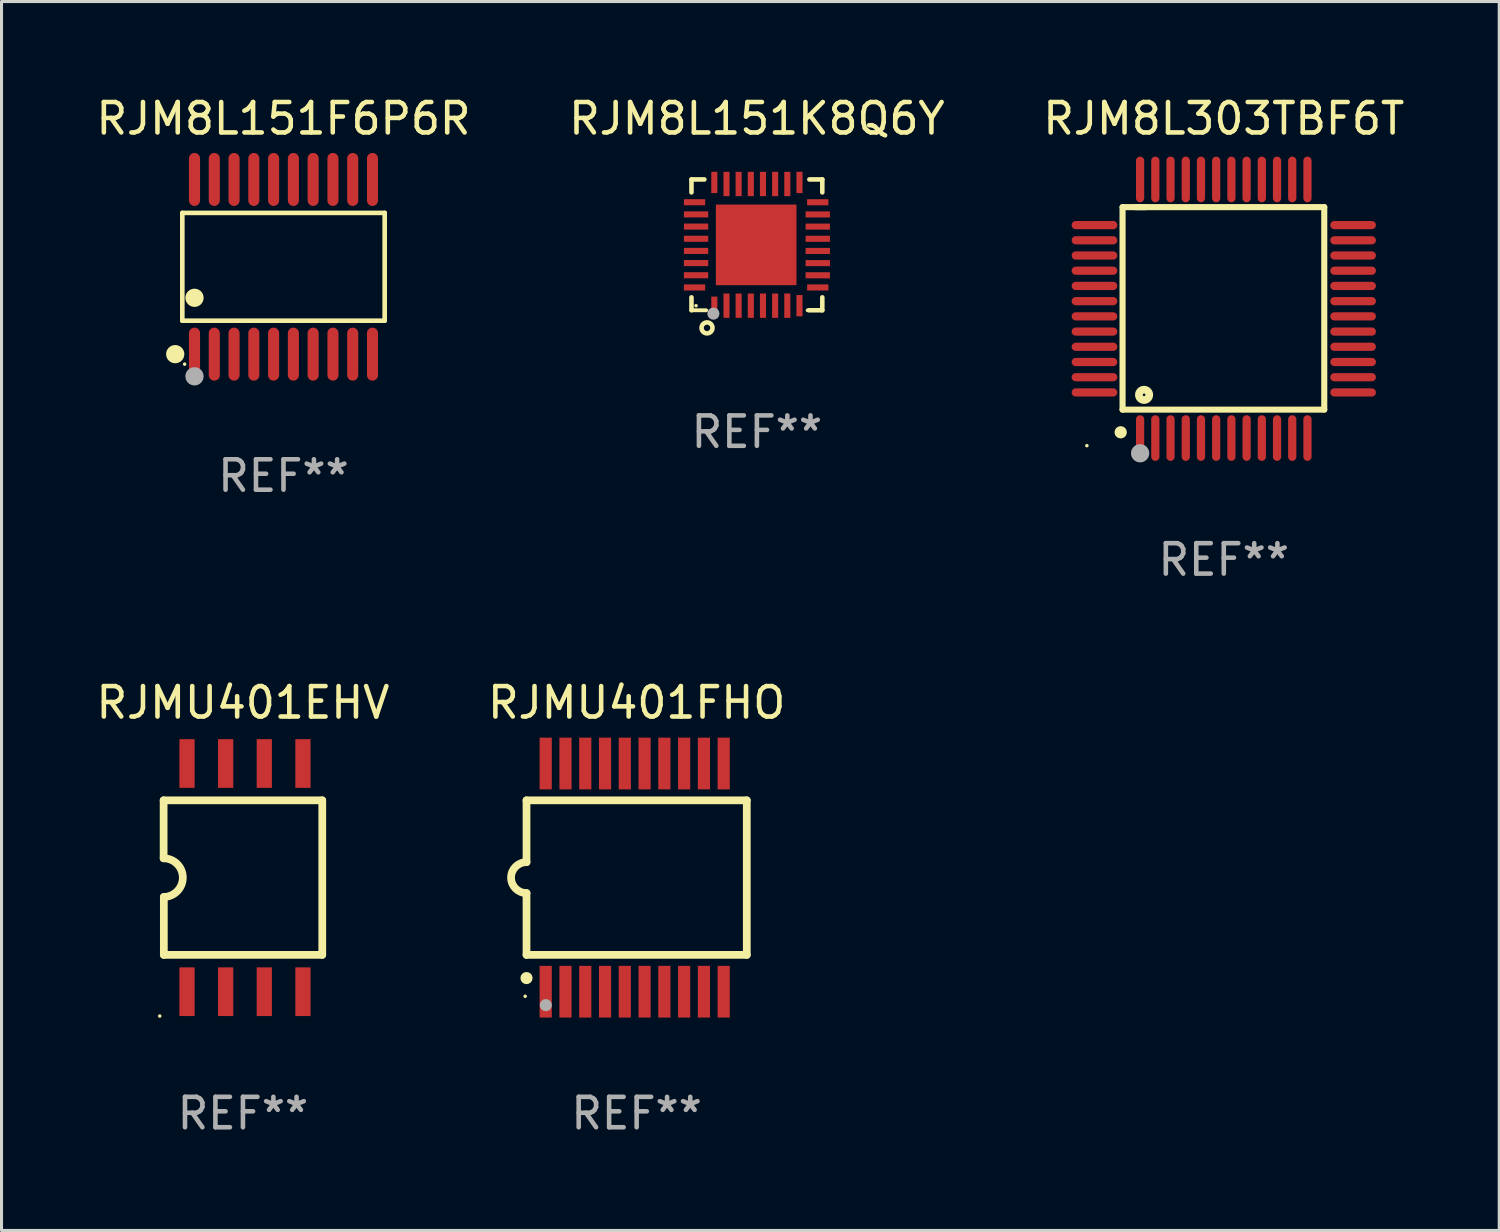
<source format=kicad_pcb>
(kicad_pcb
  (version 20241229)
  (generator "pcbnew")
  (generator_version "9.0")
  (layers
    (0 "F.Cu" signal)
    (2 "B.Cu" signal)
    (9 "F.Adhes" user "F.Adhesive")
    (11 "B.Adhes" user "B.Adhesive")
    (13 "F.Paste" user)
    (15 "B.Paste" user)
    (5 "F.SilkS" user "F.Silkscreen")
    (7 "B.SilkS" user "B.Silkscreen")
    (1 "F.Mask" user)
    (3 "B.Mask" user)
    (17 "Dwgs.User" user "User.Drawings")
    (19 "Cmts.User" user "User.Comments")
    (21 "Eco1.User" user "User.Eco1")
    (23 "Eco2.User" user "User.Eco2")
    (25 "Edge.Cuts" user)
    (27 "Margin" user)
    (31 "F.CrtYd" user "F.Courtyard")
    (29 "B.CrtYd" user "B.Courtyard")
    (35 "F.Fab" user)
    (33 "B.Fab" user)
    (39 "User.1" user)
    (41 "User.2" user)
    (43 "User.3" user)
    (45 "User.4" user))
  (footprint "RJM8L151F6P6R"
    (layer "F.Cu")
    (at 6.268 5.719)
    (property "Reference" "RJM8L151F6P6R" (at 0 -4.871 0) (layer "F.SilkS") (effects (font (size 1 1) (thickness 0.15))))
    (attr through_hole)
    (fp_line (start -3.326 -1.771) (end 3.326 -1.771) (stroke (width 0.152) (type solid)) (layer "F.SilkS"))
    (fp_line (start -3.326 1.771) (end -3.326 -1.771) (stroke (width 0.152) (type solid)) (layer "F.SilkS"))
    (fp_line (start 3.326 -1.771) (end 3.326 1.771) (stroke (width 0.152) (type solid)) (layer "F.SilkS"))
    (fp_line (start 3.326 1.771) (end -3.326 1.771) (stroke (width 0.152) (type solid)) (layer "F.SilkS"))
    (fp_circle (center -3.559 2.871) (end -3.409 2.871) (stroke (width 0.3) (type solid)) (fill no) (layer "F.SilkS"))
    (fp_circle (center -3.25 3.2) (end -3.22 3.2) (stroke (width 0.06) (type solid)) (fill no) (layer "F.SilkS"))
    (fp_circle (center -2.925 1.019) (end -2.775 1.019) (stroke (width 0.3) (type solid)) (fill no) (layer "F.SilkS"))
    (fp_circle (center -2.925 3.6) (end -2.775 3.6) (stroke (width 0.3) (type solid)) (fill no) (layer "F.Fab"))
    (fp_text user "REF**" (at 0 6.871 0) (layer "F.Fab") (effects (font (size 1 1) (thickness 0.15))))
    (pad "1" smd oval (at -2.925 2.871) (size 0.364 1.742) (layers "F.Cu" "F.Mask" "F.Paste"))
    (pad "2" smd oval (at -2.275 2.871) (size 0.364 1.742) (layers "F.Cu" "F.Mask" "F.Paste"))
    (pad "3" smd oval (at -1.625 2.871) (size 0.364 1.742) (layers "F.Cu" "F.Mask" "F.Paste"))
    (pad "4" smd oval (at -0.975 2.871) (size 0.364 1.742) (layers "F.Cu" "F.Mask" "F.Paste"))
    (pad "5" smd oval (at -0.325 2.871) (size 0.364 1.742) (layers "F.Cu" "F.Mask" "F.Paste"))
    (pad "6" smd oval (at 0.325 2.871) (size 0.364 1.742) (layers "F.Cu" "F.Mask" "F.Paste"))
    (pad "7" smd oval (at 0.975 2.871) (size 0.364 1.742) (layers "F.Cu" "F.Mask" "F.Paste"))
    (pad "8" smd oval (at 1.625 2.871) (size 0.364 1.742) (layers "F.Cu" "F.Mask" "F.Paste"))
    (pad "9" smd oval (at 2.275 2.871) (size 0.364 1.742) (layers "F.Cu" "F.Mask" "F.Paste"))
    (pad "10" smd oval (at 2.925 2.871) (size 0.364 1.742) (layers "F.Cu" "F.Mask" "F.Paste"))
    (pad "11" smd oval (at 2.925 -2.871) (size 0.364 1.742) (layers "F.Cu" "F.Mask" "F.Paste"))
    (pad "12" smd oval (at 2.275 -2.871) (size 0.364 1.742) (layers "F.Cu" "F.Mask" "F.Paste"))
    (pad "13" smd oval (at 1.625 -2.871) (size 0.364 1.742) (layers "F.Cu" "F.Mask" "F.Paste"))
    (pad "14" smd oval (at 0.975 -2.871) (size 0.364 1.742) (layers "F.Cu" "F.Mask" "F.Paste"))
    (pad "15" smd oval (at 0.325 -2.871) (size 0.364 1.742) (layers "F.Cu" "F.Mask" "F.Paste"))
    (pad "16" smd oval (at -0.325 -2.871) (size 0.364 1.742) (layers "F.Cu" "F.Mask" "F.Paste"))
    (pad "17" smd oval (at -0.975 -2.871) (size 0.364 1.742) (layers "F.Cu" "F.Mask" "F.Paste"))
    (pad "18" smd oval (at -1.625 -2.871) (size 0.364 1.742) (layers "F.Cu" "F.Mask" "F.Paste"))
    (pad "19" smd oval (at -2.275 -2.871) (size 0.364 1.742) (layers "F.Cu" "F.Mask" "F.Paste"))
    (pad "20" smd oval (at -2.925 -2.871) (size 0.364 1.742) (layers "F.Cu" "F.Mask" "F.Paste")))
  (footprint "RJMU401EHV"
    (layer "F.Cu")
    (at 4.935 25.795)
    (property "Reference" "RJMU401EHV" (at 0 -5.75 0) (layer "F.SilkS") (effects (font (size 1 1) (thickness 0.15))))
    (attr through_hole)
    (fp_line (start -2.607 -2.54) (end 2.607 -2.54) (stroke (width 0.254) (type solid)) (layer "F.SilkS"))
    (fp_line (start -2.607 -0.635) (end -2.607 -2.54) (stroke (width 0.254) (type solid)) (layer "F.SilkS"))
    (fp_line (start -2.6 2.54) (end -2.6 0.635) (stroke (width 0.254) (type solid)) (layer "F.SilkS"))
    (fp_line (start 2.607 -2.54) (end 2.607 2.54) (stroke (width 0.254) (type solid)) (layer "F.SilkS"))
    (fp_line (start 2.607 2.54) (end -2.6 2.54) (stroke (width 0.254) (type solid)) (layer "F.SilkS"))
    (fp_arc (start -2.60687 -0.63462) (mid -1.971293 -0.003135) (end -2.60014 0.635052) (stroke (width 0.254001) (type solid)) (layer "F.SilkS"))
    (fp_circle (center -2.734 4.55) (end -2.704 4.55) (stroke (width 0.06) (type solid)) (fill no) (layer "F.SilkS"))
    (fp_text user "REF**" (at 0 7.75 0) (layer "F.Fab") (effects (font (size 1 1) (thickness 0.15))))
    (pad "1" smd rect (at -1.838 3.75) (size 0.5 1.6) (layers "F.Cu" "F.Mask" "F.Paste"))
    (pad "2" smd rect (at -0.568 3.75) (size 0.5 1.6) (layers "F.Cu" "F.Mask" "F.Paste"))
    (pad "3" smd rect (at 0.702 3.75) (size 0.5 1.6) (layers "F.Cu" "F.Mask" "F.Paste"))
    (pad "4" smd rect (at 1.972 3.75) (size 0.5 1.6) (layers "F.Cu" "F.Mask" "F.Paste"))
    (pad "5" smd rect (at 1.972 -3.75) (size 0.5 1.6) (layers "F.Cu" "F.Mask" "F.Paste"))
    (pad "6" smd rect (at 0.702 -3.75) (size 0.5 1.6) (layers "F.Cu" "F.Mask" "F.Paste"))
    (pad "7" smd rect (at -0.568 -3.75) (size 0.5 1.6) (layers "F.Cu" "F.Mask" "F.Paste"))
    (pad "8" smd rect (at -1.838 -3.75) (size 0.5 1.6) (layers "F.Cu" "F.Mask" "F.Paste")))
  (footprint "RJMU401FHO"
    (layer "F.Cu")
    (at 17.875 25.795)
    (property "Reference" "RJMU401FHO" (at 0 -5.75 0) (layer "F.SilkS") (effects (font (size 1 1) (thickness 0.15))))
    (attr through_hole)
    (fp_line (start -3.62 -2.54) (end 3.62 -2.54) (stroke (width 0.254) (type solid)) (layer "F.SilkS"))
    (fp_line (start -3.62 -0.508) (end -3.62 -2.54) (stroke (width 0.254) (type solid)) (layer "F.SilkS"))
    (fp_line (start -3.62 2.54) (end -3.62 0.508) (stroke (width 0.254) (type solid)) (layer "F.SilkS"))
    (fp_line (start 3.62 -2.54) (end 3.62 2.54) (stroke (width 0.254) (type solid)) (layer "F.SilkS"))
    (fp_line (start 3.62 2.54) (end -3.62 2.54) (stroke (width 0.254) (type solid)) (layer "F.SilkS"))
    (fp_arc (start -3.619507 0.508052) (mid -4.125607 0.000051) (end -3.619507 -0.50795) (stroke (width 0.254001) (type solid)) (layer "F.SilkS"))
    (fp_circle (center -3.664 3.9) (end -3.634 3.9) (stroke (width 0.06) (type solid)) (fill no) (layer "F.SilkS"))
    (fp_circle (center -3.62 3.302) (end -3.52 3.302) (stroke (width 0.2) (type solid)) (fill no) (layer "F.SilkS"))
    (fp_circle (center -2.985 4.191) (end -2.885 4.191) (stroke (width 0.2) (type solid)) (fill no) (layer "F.Fab"))
    (fp_text user "REF**" (at 0 7.75 0) (layer "F.Fab") (effects (font (size 1 1) (thickness 0.15))))
    (pad "1" smd rect (at -2.989 3.75) (size 0.4 1.7) (layers "F.Cu" "F.Mask" "F.Paste"))
    (pad "2" smd rect (at -2.339 3.75) (size 0.4 1.7) (layers "F.Cu" "F.Mask" "F.Paste"))
    (pad "3" smd rect (at -1.689 3.75) (size 0.4 1.7) (layers "F.Cu" "F.Mask" "F.Paste"))
    (pad "4" smd rect (at -1.039 3.75) (size 0.4 1.7) (layers "F.Cu" "F.Mask" "F.Paste"))
    (pad "5" smd rect (at -0.389 3.75) (size 0.4 1.7) (layers "F.Cu" "F.Mask" "F.Paste"))
    (pad "6" smd rect (at 0.261 3.75) (size 0.4 1.7) (layers "F.Cu" "F.Mask" "F.Paste"))
    (pad "7" smd rect (at 0.911 3.75) (size 0.4 1.7) (layers "F.Cu" "F.Mask" "F.Paste"))
    (pad "8" smd rect (at 1.561 3.75) (size 0.4 1.7) (layers "F.Cu" "F.Mask" "F.Paste"))
    (pad "9" smd rect (at 2.211 3.75) (size 0.4 1.7) (layers "F.Cu" "F.Mask" "F.Paste"))
    (pad "10" smd rect (at 2.862 3.75) (size 0.4 1.7) (layers "F.Cu" "F.Mask" "F.Paste"))
    (pad "11" smd rect (at 2.862 -3.75) (size 0.4 1.7) (layers "F.Cu" "F.Mask" "F.Paste"))
    (pad "12" smd rect (at 2.211 -3.75) (size 0.4 1.7) (layers "F.Cu" "F.Mask" "F.Paste"))
    (pad "13" smd rect (at 1.561 -3.75) (size 0.4 1.7) (layers "F.Cu" "F.Mask" "F.Paste"))
    (pad "14" smd rect (at 0.911 -3.75) (size 0.4 1.7) (layers "F.Cu" "F.Mask" "F.Paste"))
    (pad "15" smd rect (at 0.261 -3.75) (size 0.4 1.7) (layers "F.Cu" "F.Mask" "F.Paste"))
    (pad "16" smd rect (at -0.389 -3.75) (size 0.4 1.7) (layers "F.Cu" "F.Mask" "F.Paste"))
    (pad "17" smd rect (at -1.039 -3.75) (size 0.4 1.7) (layers "F.Cu" "F.Mask" "F.Paste"))
    (pad "18" smd rect (at -1.689 -3.75) (size 0.4 1.7) (layers "F.Cu" "F.Mask" "F.Paste"))
    (pad "19" smd rect (at -2.339 -3.75) (size 0.4 1.7) (layers "F.Cu" "F.Mask" "F.Paste"))
    (pad "20" smd rect (at -2.989 -3.75) (size 0.4 1.7) (layers "F.Cu" "F.Mask" "F.Paste")))
  (footprint "RJM8L303TBF6T"
    (layer "F.Cu")
    (at 37.173 7.098)
    (property "Reference" "RJM8L303TBF6T" (at 0 -6.25 0) (layer "F.SilkS") (effects (font (size 1 1) (thickness 0.15))))
    (attr through_hole)
    (fp_line (start -3.327 -3.34) (end -2.565 -3.34) (stroke (width 0.2) (type solid)) (layer "F.SilkS"))
    (fp_line (start -3.327 3.315) (end -3.327 -3.34) (stroke (width 0.2) (type solid)) (layer "F.SilkS"))
    (fp_line (start -2.896 -3.34) (end 3.302 -3.34) (stroke (width 0.2) (type solid)) (layer "F.SilkS"))
    (fp_line (start 3.302 -3.34) (end 3.302 3.315) (stroke (width 0.2) (type solid)) (layer "F.SilkS"))
    (fp_line (start 3.302 3.315) (end -3.327 3.315) (stroke (width 0.2) (type solid)) (layer "F.SilkS"))
    (fp_arc (start -3.389992 4.059995) (mid -3.388722 4.059991) (end -3.387452 4.059995) (stroke (width 0.4) (type solid)) (layer "F.SilkS"))
    (fp_circle (center -4.5 4.5) (end -4.47 4.5) (stroke (width 0.06) (type solid)) (fill no) (layer "F.SilkS"))
    (fp_circle (center -2.62 2.83) (end -2.45 2.83) (stroke (width 0.254) (type solid)) (fill no) (layer "F.SilkS"))
    (fp_circle (center -2.75 4.75) (end -2.6 4.75) (stroke (width 0.3) (type solid)) (fill no) (layer "F.Fab"))
    (fp_text user "REF**" (at 0 8.25 0) (layer "F.Fab") (effects (font (size 1 1) (thickness 0.15))))
    (pad "1" smd oval (at -2.75 4.25) (size 0.27 1.5) (layers "F.Cu" "F.Mask" "F.Paste"))
    (pad "2" smd oval (at -2.25 4.25) (size 0.27 1.5) (layers "F.Cu" "F.Mask" "F.Paste"))
    (pad "3" smd oval (at -1.75 4.25) (size 0.27 1.5) (layers "F.Cu" "F.Mask" "F.Paste"))
    (pad "4" smd oval (at -1.25 4.25) (size 0.27 1.5) (layers "F.Cu" "F.Mask" "F.Paste"))
    (pad "5" smd oval (at -0.75 4.25) (size 0.27 1.5) (layers "F.Cu" "F.Mask" "F.Paste"))
    (pad "6" smd oval (at -0.25 4.25) (size 0.27 1.5) (layers "F.Cu" "F.Mask" "F.Paste"))
    (pad "7" smd oval (at 0.25 4.25) (size 0.27 1.5) (layers "F.Cu" "F.Mask" "F.Paste"))
    (pad "8" smd oval (at 0.75 4.25) (size 0.27 1.5) (layers "F.Cu" "F.Mask" "F.Paste"))
    (pad "9" smd oval (at 1.25 4.25) (size 0.27 1.5) (layers "F.Cu" "F.Mask" "F.Paste"))
    (pad "10" smd oval (at 1.75 4.25) (size 0.27 1.5) (layers "F.Cu" "F.Mask" "F.Paste"))
    (pad "11" smd oval (at 2.25 4.25) (size 0.27 1.5) (layers "F.Cu" "F.Mask" "F.Paste"))
    (pad "12" smd oval (at 2.75 4.25) (size 0.27 1.5) (layers "F.Cu" "F.Mask" "F.Paste"))
    (pad "13" smd oval (at 4.25 2.75) (size 1.5 0.27) (layers "F.Cu" "F.Mask" "F.Paste"))
    (pad "14" smd oval (at 4.25 2.25) (size 1.5 0.27) (layers "F.Cu" "F.Mask" "F.Paste"))
    (pad "15" smd oval (at 4.25 1.75) (size 1.5 0.27) (layers "F.Cu" "F.Mask" "F.Paste"))
    (pad "16" smd oval (at 4.25 1.25) (size 1.5 0.27) (layers "F.Cu" "F.Mask" "F.Paste"))
    (pad "17" smd oval (at 4.25 0.75) (size 1.5 0.27) (layers "F.Cu" "F.Mask" "F.Paste"))
    (pad "18" smd oval (at 4.25 0.25) (size 1.5 0.27) (layers "F.Cu" "F.Mask" "F.Paste"))
    (pad "19" smd oval (at 4.25 -0.25) (size 1.5 0.27) (layers "F.Cu" "F.Mask" "F.Paste"))
    (pad "20" smd oval (at 4.25 -0.75) (size 1.5 0.27) (layers "F.Cu" "F.Mask" "F.Paste"))
    (pad "21" smd oval (at 4.25 -1.25) (size 1.5 0.27) (layers "F.Cu" "F.Mask" "F.Paste"))
    (pad "22" smd oval (at 4.25 -1.75) (size 1.5 0.27) (layers "F.Cu" "F.Mask" "F.Paste"))
    (pad "23" smd oval (at 4.25 -2.25) (size 1.5 0.27) (layers "F.Cu" "F.Mask" "F.Paste"))
    (pad "24" smd oval (at 4.25 -2.75) (size 1.5 0.27) (layers "F.Cu" "F.Mask" "F.Paste"))
    (pad "25" smd oval (at 2.75 -4.25) (size 0.27 1.5) (layers "F.Cu" "F.Mask" "F.Paste"))
    (pad "26" smd oval (at 2.25 -4.25) (size 0.27 1.5) (layers "F.Cu" "F.Mask" "F.Paste"))
    (pad "27" smd oval (at 1.75 -4.25) (size 0.27 1.5) (layers "F.Cu" "F.Mask" "F.Paste"))
    (pad "28" smd oval (at 1.25 -4.25) (size 0.27 1.5) (layers "F.Cu" "F.Mask" "F.Paste"))
    (pad "29" smd oval (at 0.75 -4.25) (size 0.27 1.5) (layers "F.Cu" "F.Mask" "F.Paste"))
    (pad "30" smd oval (at 0.25 -4.25) (size 0.27 1.5) (layers "F.Cu" "F.Mask" "F.Paste"))
    (pad "31" smd oval (at -0.25 -4.25) (size 0.27 1.5) (layers "F.Cu" "F.Mask" "F.Paste"))
    (pad "32" smd oval (at -0.75 -4.25) (size 0.27 1.5) (layers "F.Cu" "F.Mask" "F.Paste"))
    (pad "33" smd oval (at -1.25 -4.25) (size 0.27 1.5) (layers "F.Cu" "F.Mask" "F.Paste"))
    (pad "34" smd oval (at -1.75 -4.25) (size 0.27 1.5) (layers "F.Cu" "F.Mask" "F.Paste"))
    (pad "35" smd oval (at -2.25 -4.25) (size 0.27 1.5) (layers "F.Cu" "F.Mask" "F.Paste"))
    (pad "36" smd oval (at -2.75 -4.25) (size 0.27 1.5) (layers "F.Cu" "F.Mask" "F.Paste"))
    (pad "37" smd oval (at -4.25 -2.75) (size 1.5 0.27) (layers "F.Cu" "F.Mask" "F.Paste"))
    (pad "38" smd oval (at -4.25 -2.25) (size 1.5 0.27) (layers "F.Cu" "F.Mask" "F.Paste"))
    (pad "39" smd oval (at -4.25 -1.75) (size 1.5 0.27) (layers "F.Cu" "F.Mask" "F.Paste"))
    (pad "40" smd oval (at -4.25 -1.25) (size 1.5 0.27) (layers "F.Cu" "F.Mask" "F.Paste"))
    (pad "41" smd oval (at -4.25 -0.75) (size 1.5 0.27) (layers "F.Cu" "F.Mask" "F.Paste"))
    (pad "42" smd oval (at -4.25 -0.25) (size 1.5 0.27) (layers "F.Cu" "F.Mask" "F.Paste"))
    (pad "43" smd oval (at -4.25 0.25) (size 1.5 0.27) (layers "F.Cu" "F.Mask" "F.Paste"))
    (pad "44" smd oval (at -4.25 0.75) (size 1.5 0.27) (layers "F.Cu" "F.Mask" "F.Paste"))
    (pad "45" smd oval (at -4.25 1.25) (size 1.5 0.27) (layers "F.Cu" "F.Mask" "F.Paste"))
    (pad "46" smd oval (at -4.25 1.75) (size 1.5 0.27) (layers "F.Cu" "F.Mask" "F.Paste"))
    (pad "47" smd oval (at -4.25 2.25) (size 1.5 0.27) (layers "F.Cu" "F.Mask" "F.Paste"))
    (pad "48" smd oval (at -4.25 2.75) (size 1.5 0.27) (layers "F.Cu" "F.Mask" "F.Paste")))
  (footprint "RJM8L151K8Q6Y"
    (layer "F.Cu")
    (at 21.827 4.998)
    (property "Reference" "RJM8L151K8Q6Y" (at 0 -4.15 0) (layer "F.SilkS") (effects (font (size 1 1) (thickness 0.15))))
    (attr through_hole)
    (fp_line (start -2.15 -2.15) (end -1.725 -2.15) (stroke (width 0.15) (type solid)) (layer "F.SilkS"))
    (fp_line (start -2.15 -1.725) (end -2.15 -2.15) (stroke (width 0.15) (type solid)) (layer "F.SilkS"))
    (fp_line (start -2.15 2.15) (end -2.15 1.725) (stroke (width 0.15) (type solid)) (layer "F.SilkS"))
    (fp_line (start -1.668 2.15) (end -2.15 2.15) (stroke (width 0.127) (type solid)) (layer "F.SilkS"))
    (fp_line (start 1.725 2.15) (end 1.668 2.15) (stroke (width 0.127) (type solid)) (layer "F.SilkS"))
    (fp_line (start 2.15 -2.15) (end 1.725 -2.15) (stroke (width 0.15) (type solid)) (layer "F.SilkS"))
    (fp_line (start 2.15 -1.725) (end 2.15 -2.15) (stroke (width 0.15) (type solid)) (layer "F.SilkS"))
    (fp_line (start 2.15 1.725) (end 2.15 2.15) (stroke (width 0.15) (type solid)) (layer "F.SilkS"))
    (fp_line (start 2.15 2.15) (end 1.725 2.15) (stroke (width 0.15) (type solid)) (layer "F.SilkS"))
    (fp_circle (center -2 2) (end -1.97 2) (stroke (width 0.06) (type solid)) (fill no) (layer "F.SilkS"))
    (fp_circle (center -1.639 2.729) (end -1.459 2.729) (stroke (width 0.15) (type solid)) (fill no) (layer "F.SilkS"))
    (fp_circle (center -1.429 2.26) (end -1.329 2.26) (stroke (width 0.2) (type solid)) (fill no) (layer "F.Fab"))
    (fp_text user "REF**" (at 0 6.15 0) (layer "F.Fab") (effects (font (size 1 1) (thickness 0.15))))
    (pad "1" smd rect (at -1.399 2.051) (size 0.2 0.7) (layers "F.Cu" "F.Mask" "F.Paste"))
    (pad "2" smd rect (at -0.999 1.999) (size 0.2 0.8) (layers "F.Cu" "F.Mask" "F.Paste"))
    (pad "3" smd rect (at -0.6 1.999) (size 0.2 0.8) (layers "F.Cu" "F.Mask" "F.Paste"))
    (pad "4" smd rect (at -0.2 1.999) (size 0.2 0.8) (layers "F.Cu" "F.Mask" "F.Paste"))
    (pad "5" smd rect (at 0.2 1.999) (size 0.2 0.8) (layers "F.Cu" "F.Mask" "F.Paste"))
    (pad "6" smd rect (at 0.6 1.999) (size 0.2 0.8) (layers "F.Cu" "F.Mask" "F.Paste"))
    (pad "7" smd rect (at 1 1.999) (size 0.2 0.8) (layers "F.Cu" "F.Mask" "F.Paste"))
    (pad "8" smd rect (at 1.4 1.999) (size 0.2 0.7) (layers "F.Cu" "F.Mask" "F.Paste"))
    (pad "9" smd rect (at 2.001 1.4) (size 0.7 0.2) (layers "F.Cu" "F.Mask" "F.Paste"))
    (pad "10" smd rect (at 2.001 1) (size 0.8 0.2) (layers "F.Cu" "F.Mask" "F.Paste"))
    (pad "11" smd rect (at 2.001 0.6) (size 0.8 0.2) (layers "F.Cu" "F.Mask" "F.Paste"))
    (pad "12" smd rect (at 2.001 0.2) (size 0.8 0.2) (layers "F.Cu" "F.Mask" "F.Paste"))
    (pad "13" smd rect (at 2.001 -0.2) (size 0.8 0.2) (layers "F.Cu" "F.Mask" "F.Paste"))
    (pad "14" smd rect (at 2.001 -0.6) (size 0.8 0.2) (layers "F.Cu" "F.Mask" "F.Paste"))
    (pad "15" smd rect (at 2.001 -1) (size 0.8 0.2) (layers "F.Cu" "F.Mask" "F.Paste"))
    (pad "16" smd rect (at 2.001 -1.4) (size 0.7 0.2) (layers "F.Cu" "F.Mask" "F.Paste"))
    (pad "17" smd rect (at 1.4 -2.052) (size 0.2 0.7) (layers "F.Cu" "F.Mask" "F.Paste"))
    (pad "18" smd rect (at 1 -2.001) (size 0.2 0.8) (layers "F.Cu" "F.Mask" "F.Paste"))
    (pad "19" smd rect (at 0.6 -2.001) (size 0.2 0.8) (layers "F.Cu" "F.Mask" "F.Paste"))
    (pad "20" smd rect (at 0.2 -2.001) (size 0.2 0.8) (layers "F.Cu" "F.Mask" "F.Paste"))
    (pad "21" smd rect (at -0.2 -2.001) (size 0.2 0.8) (layers "F.Cu" "F.Mask" "F.Paste"))
    (pad "22" smd rect (at -0.6 -2.001) (size 0.2 0.8) (layers "F.Cu" "F.Mask" "F.Paste"))
    (pad "23" smd rect (at -0.999 -2.001) (size 0.2 0.8) (layers "F.Cu" "F.Mask" "F.Paste"))
    (pad "24" smd rect (at -1.399 -2.052) (size 0.2 0.7) (layers "F.Cu" "F.Mask" "F.Paste"))
    (pad "25" smd rect (at -2.049 -1.401) (size 0.7 0.2) (layers "F.Cu" "F.Mask" "F.Paste"))
    (pad "26" smd rect (at -1.999 -1.001) (size 0.8 0.2) (layers "F.Cu" "F.Mask" "F.Paste"))
    (pad "27" smd rect (at -1.999 -0.601) (size 0.8 0.2) (layers "F.Cu" "F.Mask" "F.Paste"))
    (pad "28" smd rect (at -1.999 -0.201) (size 0.8 0.2) (layers "F.Cu" "F.Mask" "F.Paste"))
    (pad "29" smd rect (at -1.999 0.199) (size 0.8 0.2) (layers "F.Cu" "F.Mask" "F.Paste"))
    (pad "30" smd rect (at -1.999 0.599) (size 0.8 0.2) (layers "F.Cu" "F.Mask" "F.Paste"))
    (pad "31" smd rect (at -1.999 0.999) (size 0.8 0.2) (layers "F.Cu" "F.Mask" "F.Paste"))
    (pad "32" smd rect (at -2.049 1.4) (size 0.7 0.2) (layers "F.Cu" "F.Mask" "F.Paste"))
    (pad "33" smd rect (at -0.024 -0.000025) (size 2.65 2.65) (layers "F.Cu" "F.Mask" "F.Paste")))
  (gr_rect
    (start -3 -3)
    (end 46.226 37.393)
    (stroke (width 0.1) (type default))
    (fill no)
    (layer "Edge.Cuts")))
</source>
